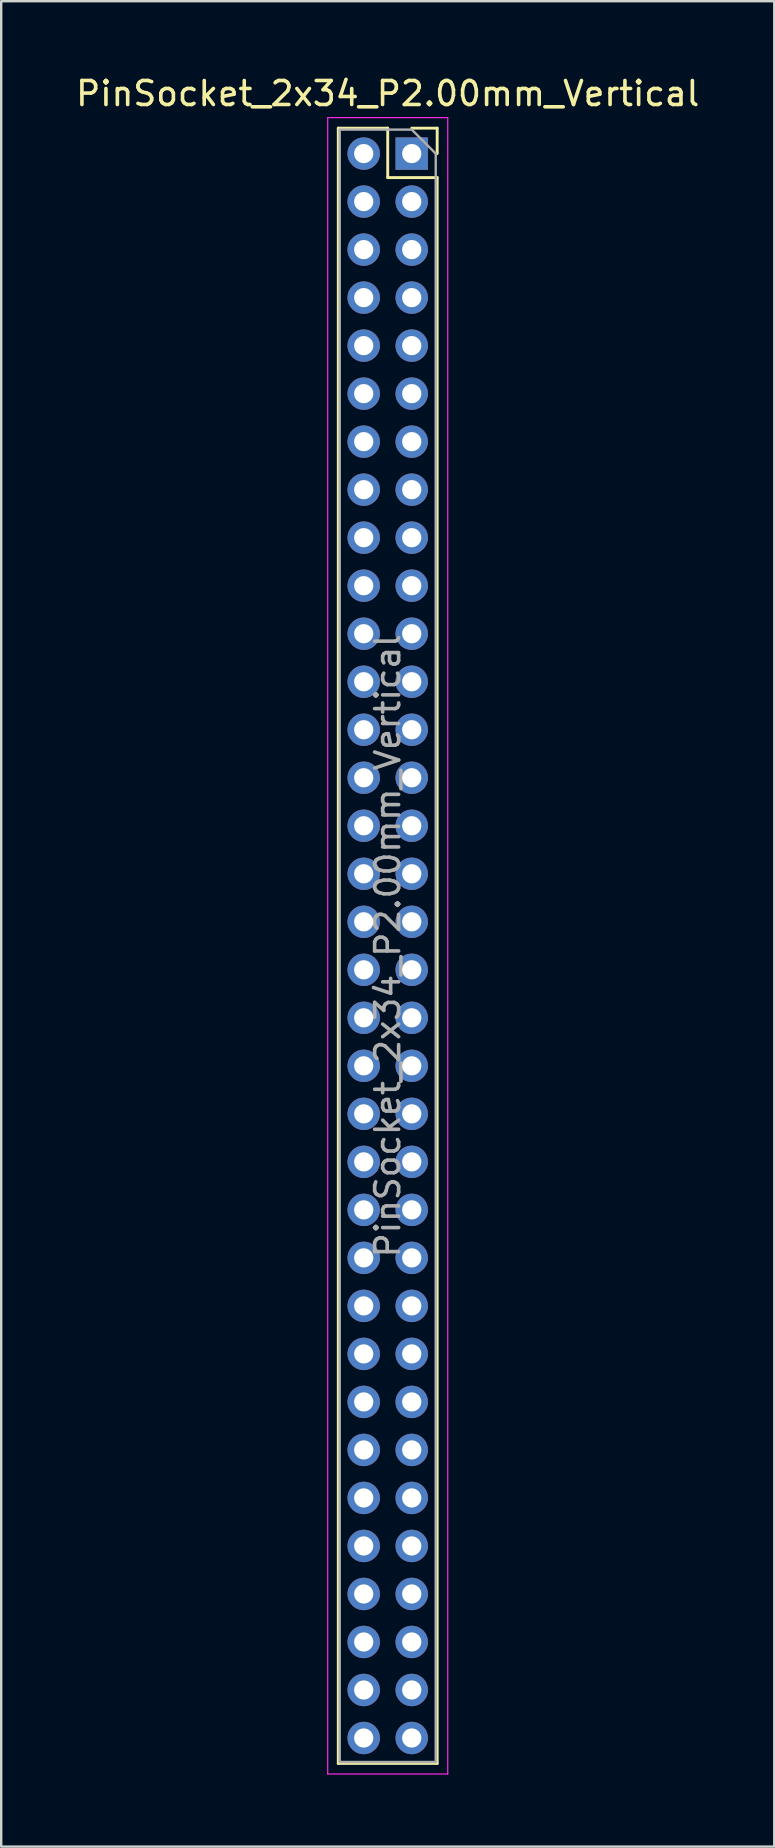
<source format=kicad_pcb>
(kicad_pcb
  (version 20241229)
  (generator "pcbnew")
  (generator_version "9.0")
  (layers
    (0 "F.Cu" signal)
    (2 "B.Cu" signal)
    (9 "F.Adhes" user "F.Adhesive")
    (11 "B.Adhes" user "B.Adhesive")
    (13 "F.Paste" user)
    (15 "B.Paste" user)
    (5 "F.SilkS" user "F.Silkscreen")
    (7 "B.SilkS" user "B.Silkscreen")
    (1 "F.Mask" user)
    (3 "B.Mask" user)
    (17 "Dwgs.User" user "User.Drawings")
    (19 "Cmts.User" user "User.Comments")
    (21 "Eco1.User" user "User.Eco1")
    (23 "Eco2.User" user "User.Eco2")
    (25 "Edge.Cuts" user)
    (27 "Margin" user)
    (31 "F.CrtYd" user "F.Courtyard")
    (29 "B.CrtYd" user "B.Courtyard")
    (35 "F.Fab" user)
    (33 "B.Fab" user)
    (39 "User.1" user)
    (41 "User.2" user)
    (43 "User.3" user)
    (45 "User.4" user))
  (footprint "PinSocket_2x34_P2.00mm_Vertical"
    (layer "F.Cu")
    (at 14.101 3.348)
    (property "Reference" "PinSocket_2x34_P2.00mm_Vertical" (at -1 -2.5 0) (layer "F.SilkS") (effects (font (size 1 1) (thickness 0.15))))
    (attr through_hole)
    (fp_line (start -3.06 -1.06) (end -3.06 67.06) (stroke (width 0.12) (type solid)) (layer "F.SilkS"))
    (fp_line (start -3.06 -1.06) (end -1 -1.06) (stroke (width 0.12) (type solid)) (layer "F.SilkS"))
    (fp_line (start -3.06 67.06) (end 1.06 67.06) (stroke (width 0.12) (type solid)) (layer "F.SilkS"))
    (fp_line (start -1 -1.06) (end -1 1) (stroke (width 0.12) (type solid)) (layer "F.SilkS"))
    (fp_line (start -1 1) (end 1.06 1) (stroke (width 0.12) (type solid)) (layer "F.SilkS"))
    (fp_line (start 0 -1.06) (end 1.06 -1.06) (stroke (width 0.12) (type solid)) (layer "F.SilkS"))
    (fp_line (start 1.06 -1.06) (end 1.06 0) (stroke (width 0.12) (type solid)) (layer "F.SilkS"))
    (fp_line (start 1.06 1) (end 1.06 67.06) (stroke (width 0.12) (type solid)) (layer "F.SilkS"))
    (fp_line (start -3.5 -1.5) (end 1.5 -1.5) (stroke (width 0.05) (type solid)) (layer "F.CrtYd"))
    (fp_line (start -3.5 67.5) (end -3.5 -1.5) (stroke (width 0.05) (type solid)) (layer "F.CrtYd"))
    (fp_line (start 1.5 -1.5) (end 1.5 67.5) (stroke (width 0.05) (type solid)) (layer "F.CrtYd"))
    (fp_line (start 1.5 67.5) (end -3.5 67.5) (stroke (width 0.05) (type solid)) (layer "F.CrtYd"))
    (fp_line (start -3 -1) (end 0 -1) (stroke (width 0.1) (type solid)) (layer "F.Fab"))
    (fp_line (start -3 67) (end -3 -1) (stroke (width 0.1) (type solid)) (layer "F.Fab"))
    (fp_line (start 0 -1) (end 1 0) (stroke (width 0.1) (type solid)) (layer "F.Fab"))
    (fp_line (start 1 0) (end 1 67) (stroke (width 0.1) (type solid)) (layer "F.Fab"))
    (fp_line (start 1 67) (end -3 67) (stroke (width 0.1) (type solid)) (layer "F.Fab"))
    (fp_text user "${REFERENCE}" (at -1 33 90) (layer "F.Fab") (effects (font (size 1 1) (thickness 0.15))))
    (pad "1" thru_hole rect (at 0 0) (size 1.35 1.35) (drill 0.8) (layers "*.Cu" "*.Mask"))
    (pad "2" thru_hole circle (at -2 0) (size 1.35 1.35) (drill 0.8) (layers "*.Cu" "*.Mask"))
    (pad "3" thru_hole circle (at 0 2) (size 1.35 1.35) (drill 0.8) (layers "*.Cu" "*.Mask"))
    (pad "4" thru_hole circle (at -2 2) (size 1.35 1.35) (drill 0.8) (layers "*.Cu" "*.Mask"))
    (pad "5" thru_hole circle (at 0 4) (size 1.35 1.35) (drill 0.8) (layers "*.Cu" "*.Mask"))
    (pad "6" thru_hole circle (at -2 4) (size 1.35 1.35) (drill 0.8) (layers "*.Cu" "*.Mask"))
    (pad "7" thru_hole circle (at 0 6) (size 1.35 1.35) (drill 0.8) (layers "*.Cu" "*.Mask"))
    (pad "8" thru_hole circle (at -2 6) (size 1.35 1.35) (drill 0.8) (layers "*.Cu" "*.Mask"))
    (pad "9" thru_hole circle (at 0 8) (size 1.35 1.35) (drill 0.8) (layers "*.Cu" "*.Mask"))
    (pad "10" thru_hole circle (at -2 8) (size 1.35 1.35) (drill 0.8) (layers "*.Cu" "*.Mask"))
    (pad "11" thru_hole circle (at 0 10) (size 1.35 1.35) (drill 0.8) (layers "*.Cu" "*.Mask"))
    (pad "12" thru_hole circle (at -2 10) (size 1.35 1.35) (drill 0.8) (layers "*.Cu" "*.Mask"))
    (pad "13" thru_hole circle (at 0 12) (size 1.35 1.35) (drill 0.8) (layers "*.Cu" "*.Mask"))
    (pad "14" thru_hole circle (at -2 12) (size 1.35 1.35) (drill 0.8) (layers "*.Cu" "*.Mask"))
    (pad "15" thru_hole circle (at 0 14) (size 1.35 1.35) (drill 0.8) (layers "*.Cu" "*.Mask"))
    (pad "16" thru_hole circle (at -2 14) (size 1.35 1.35) (drill 0.8) (layers "*.Cu" "*.Mask"))
    (pad "17" thru_hole circle (at 0 16) (size 1.35 1.35) (drill 0.8) (layers "*.Cu" "*.Mask"))
    (pad "18" thru_hole circle (at -2 16) (size 1.35 1.35) (drill 0.8) (layers "*.Cu" "*.Mask"))
    (pad "19" thru_hole circle (at 0 18) (size 1.35 1.35) (drill 0.8) (layers "*.Cu" "*.Mask"))
    (pad "20" thru_hole circle (at -2 18) (size 1.35 1.35) (drill 0.8) (layers "*.Cu" "*.Mask"))
    (pad "21" thru_hole circle (at 0 20) (size 1.35 1.35) (drill 0.8) (layers "*.Cu" "*.Mask"))
    (pad "22" thru_hole circle (at -2 20) (size 1.35 1.35) (drill 0.8) (layers "*.Cu" "*.Mask"))
    (pad "23" thru_hole circle (at 0 22) (size 1.35 1.35) (drill 0.8) (layers "*.Cu" "*.Mask"))
    (pad "24" thru_hole circle (at -2 22) (size 1.35 1.35) (drill 0.8) (layers "*.Cu" "*.Mask"))
    (pad "25" thru_hole circle (at 0 24) (size 1.35 1.35) (drill 0.8) (layers "*.Cu" "*.Mask"))
    (pad "26" thru_hole circle (at -2 24) (size 1.35 1.35) (drill 0.8) (layers "*.Cu" "*.Mask"))
    (pad "27" thru_hole circle (at 0 26) (size 1.35 1.35) (drill 0.8) (layers "*.Cu" "*.Mask"))
    (pad "28" thru_hole circle (at -2 26) (size 1.35 1.35) (drill 0.8) (layers "*.Cu" "*.Mask"))
    (pad "29" thru_hole circle (at 0 28) (size 1.35 1.35) (drill 0.8) (layers "*.Cu" "*.Mask"))
    (pad "30" thru_hole circle (at -2 28) (size 1.35 1.35) (drill 0.8) (layers "*.Cu" "*.Mask"))
    (pad "31" thru_hole circle (at 0 30) (size 1.35 1.35) (drill 0.8) (layers "*.Cu" "*.Mask"))
    (pad "32" thru_hole circle (at -2 30) (size 1.35 1.35) (drill 0.8) (layers "*.Cu" "*.Mask"))
    (pad "33" thru_hole circle (at 0 32) (size 1.35 1.35) (drill 0.8) (layers "*.Cu" "*.Mask"))
    (pad "34" thru_hole circle (at -2 32) (size 1.35 1.35) (drill 0.8) (layers "*.Cu" "*.Mask"))
    (pad "35" thru_hole circle (at 0 34) (size 1.35 1.35) (drill 0.8) (layers "*.Cu" "*.Mask"))
    (pad "36" thru_hole circle (at -2 34) (size 1.35 1.35) (drill 0.8) (layers "*.Cu" "*.Mask"))
    (pad "37" thru_hole circle (at 0 36) (size 1.35 1.35) (drill 0.8) (layers "*.Cu" "*.Mask"))
    (pad "38" thru_hole circle (at -2 36) (size 1.35 1.35) (drill 0.8) (layers "*.Cu" "*.Mask"))
    (pad "39" thru_hole circle (at 0 38) (size 1.35 1.35) (drill 0.8) (layers "*.Cu" "*.Mask"))
    (pad "40" thru_hole circle (at -2 38) (size 1.35 1.35) (drill 0.8) (layers "*.Cu" "*.Mask"))
    (pad "41" thru_hole circle (at 0 40) (size 1.35 1.35) (drill 0.8) (layers "*.Cu" "*.Mask"))
    (pad "42" thru_hole circle (at -2 40) (size 1.35 1.35) (drill 0.8) (layers "*.Cu" "*.Mask"))
    (pad "43" thru_hole circle (at 0 42) (size 1.35 1.35) (drill 0.8) (layers "*.Cu" "*.Mask"))
    (pad "44" thru_hole circle (at -2 42) (size 1.35 1.35) (drill 0.8) (layers "*.Cu" "*.Mask"))
    (pad "45" thru_hole circle (at 0 44) (size 1.35 1.35) (drill 0.8) (layers "*.Cu" "*.Mask"))
    (pad "46" thru_hole circle (at -2 44) (size 1.35 1.35) (drill 0.8) (layers "*.Cu" "*.Mask"))
    (pad "47" thru_hole circle (at 0 46) (size 1.35 1.35) (drill 0.8) (layers "*.Cu" "*.Mask"))
    (pad "48" thru_hole circle (at -2 46) (size 1.35 1.35) (drill 0.8) (layers "*.Cu" "*.Mask"))
    (pad "49" thru_hole circle (at 0 48) (size 1.35 1.35) (drill 0.8) (layers "*.Cu" "*.Mask"))
    (pad "50" thru_hole circle (at -2 48) (size 1.35 1.35) (drill 0.8) (layers "*.Cu" "*.Mask"))
    (pad "51" thru_hole circle (at 0 50) (size 1.35 1.35) (drill 0.8) (layers "*.Cu" "*.Mask"))
    (pad "52" thru_hole circle (at -2 50) (size 1.35 1.35) (drill 0.8) (layers "*.Cu" "*.Mask"))
    (pad "53" thru_hole circle (at 0 52) (size 1.35 1.35) (drill 0.8) (layers "*.Cu" "*.Mask"))
    (pad "54" thru_hole circle (at -2 52) (size 1.35 1.35) (drill 0.8) (layers "*.Cu" "*.Mask"))
    (pad "55" thru_hole circle (at 0 54) (size 1.35 1.35) (drill 0.8) (layers "*.Cu" "*.Mask"))
    (pad "56" thru_hole circle (at -2 54) (size 1.35 1.35) (drill 0.8) (layers "*.Cu" "*.Mask"))
    (pad "57" thru_hole circle (at 0 56) (size 1.35 1.35) (drill 0.8) (layers "*.Cu" "*.Mask"))
    (pad "58" thru_hole circle (at -2 56) (size 1.35 1.35) (drill 0.8) (layers "*.Cu" "*.Mask"))
    (pad "59" thru_hole circle (at 0 58) (size 1.35 1.35) (drill 0.8) (layers "*.Cu" "*.Mask"))
    (pad "60" thru_hole circle (at -2 58) (size 1.35 1.35) (drill 0.8) (layers "*.Cu" "*.Mask"))
    (pad "61" thru_hole circle (at 0 60) (size 1.35 1.35) (drill 0.8) (layers "*.Cu" "*.Mask"))
    (pad "62" thru_hole circle (at -2 60) (size 1.35 1.35) (drill 0.8) (layers "*.Cu" "*.Mask"))
    (pad "63" thru_hole circle (at 0 62) (size 1.35 1.35) (drill 0.8) (layers "*.Cu" "*.Mask"))
    (pad "64" thru_hole circle (at -2 62) (size 1.35 1.35) (drill 0.8) (layers "*.Cu" "*.Mask"))
    (pad "65" thru_hole circle (at 0 64) (size 1.35 1.35) (drill 0.8) (layers "*.Cu" "*.Mask"))
    (pad "66" thru_hole circle (at -2 64) (size 1.35 1.35) (drill 0.8) (layers "*.Cu" "*.Mask"))
    (pad "67" thru_hole circle (at 0 66) (size 1.35 1.35) (drill 0.8) (layers "*.Cu" "*.Mask"))
    (pad "68" thru_hole circle (at -2 66) (size 1.35 1.35) (drill 0.8) (layers "*.Cu" "*.Mask")))
  (gr_rect
    (start -3 -3)
    (end 29.202 73.873)
    (stroke (width 0.1) (type default))
    (fill no)
    (layer "Edge.Cuts")))
</source>
